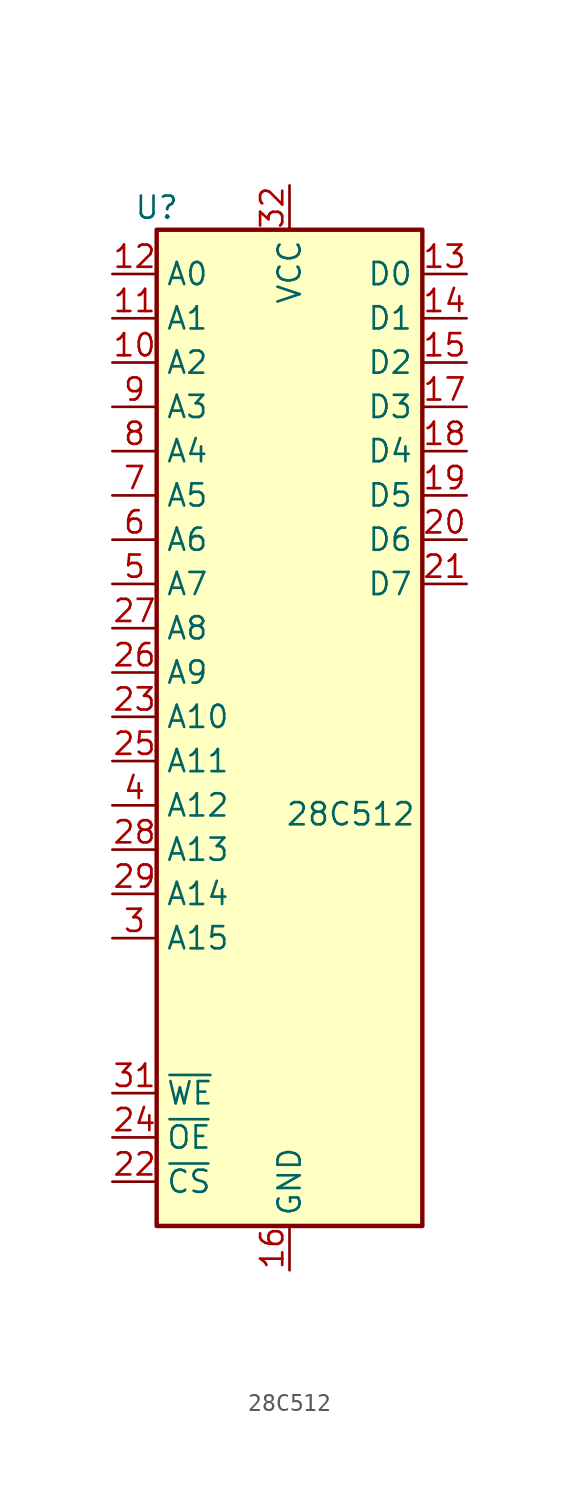
<source format=kicad_sym>
(kicad_symbol_lib
  (version 20241209)
  (generator "kicad_symbol_editor")
  (generator_version "9.0")
  (symbol "28C512"
    (property "Reference" "U"
      (at -7.62 26.67 0)
      (effects (font (size 1.27 1.27))))
    (property "Value" "28C512"
      (at -0.254 -8.128 0)
      (effects (font (size 1.27 1.27)) (justify left)))
    (symbol "28C512_1_1"
      (rectangle (start -7.62 25.4) (end 7.62 -31.75) (stroke (width 0.254) (type default)) (fill (type background)))
      (pin input line (at -10.16 22.86 0) (length 2.54) (name "A0" (effects (font (size 1.27 1.27)))) (number "12" (effects (font (size 1.27 1.27)))))
      (pin input line (at -10.16 20.32 0) (length 2.54) (name "A1" (effects (font (size 1.27 1.27)))) (number "11" (effects (font (size 1.27 1.27)))))
      (pin input line (at -10.16 17.78 0) (length 2.54) (name "A2" (effects (font (size 1.27 1.27)))) (number "10" (effects (font (size 1.27 1.27)))))
      (pin input line (at -10.16 15.24 0) (length 2.54) (name "A3" (effects (font (size 1.27 1.27)))) (number "9" (effects (font (size 1.27 1.27)))))
      (pin input line (at -10.16 12.7 0) (length 2.54) (name "A4" (effects (font (size 1.27 1.27)))) (number "8" (effects (font (size 1.27 1.27)))))
      (pin input line (at -10.16 10.16 0) (length 2.54) (name "A5" (effects (font (size 1.27 1.27)))) (number "7" (effects (font (size 1.27 1.27)))))
      (pin input line (at -10.16 7.62 0) (length 2.54) (name "A6" (effects (font (size 1.27 1.27)))) (number "6" (effects (font (size 1.27 1.27)))))
      (pin input line (at -10.16 5.08 0) (length 2.54) (name "A7" (effects (font (size 1.27 1.27)))) (number "5" (effects (font (size 1.27 1.27)))))
      (pin input line (at -10.16 2.54 0) (length 2.54) (name "A8" (effects (font (size 1.27 1.27)))) (number "27" (effects (font (size 1.27 1.27)))))
      (pin input line (at -10.16 0 0) (length 2.54) (name "A9" (effects (font (size 1.27 1.27)))) (number "26" (effects (font (size 1.27 1.27)))))
      (pin input line (at -10.16 -2.54 0) (length 2.54) (name "A10" (effects (font (size 1.27 1.27)))) (number "23" (effects (font (size 1.27 1.27)))))
      (pin input line (at -10.16 -5.08 0) (length 2.54) (name "A11" (effects (font (size 1.27 1.27)))) (number "25" (effects (font (size 1.27 1.27)))))
      (pin input line (at -10.16 -7.62 0) (length 2.54) (name "A12" (effects (font (size 1.27 1.27)))) (number "4" (effects (font (size 1.27 1.27)))))
      (pin input line (at -10.16 -10.16 0) (length 2.54) (name "A13" (effects (font (size 1.27 1.27)))) (number "28" (effects (font (size 1.27 1.27)))))
      (pin input line (at -10.16 -12.7 0) (length 2.54) (name "A14" (effects (font (size 1.27 1.27)))) (number "29" (effects (font (size 1.27 1.27)))))
      (pin input line (at -10.16 -15.24 0) (length 2.54) (name "A15" (effects (font (size 1.27 1.27)))) (number "3" (effects (font (size 1.27 1.27)))))
      (pin input line (at -10.16 -24.13 0) (length 2.54) (name "~{WE}" (effects (font (size 1.27 1.27)))) (number "31" (effects (font (size 1.27 1.27)))))
      (pin input line (at -10.16 -26.67 0) (length 2.54) (name "~{OE}" (effects (font (size 1.27 1.27)))) (number "24" (effects (font (size 1.27 1.27)))))
      (pin input line (at -10.16 -29.21 0) (length 2.54) (name "~{CS}" (effects (font (size 1.27 1.27)))) (number "22" (effects (font (size 1.27 1.27)))))
      (pin power_in line (at 0 27.94 270) (length 2.54) (name "VCC" (effects (font (size 1.27 1.27)))) (number "32" (effects (font (size 1.27 1.27)))))
      (pin power_in line (at 0 -34.29 90) (length 2.54) (name "GND" (effects (font (size 1.27 1.27)))) (number "16" (effects (font (size 1.27 1.27)))))
      (pin tri_state line (at 10.16 22.86 180) (length 2.54) (name "D0" (effects (font (size 1.27 1.27)))) (number "13" (effects (font (size 1.27 1.27)))))
      (pin tri_state line (at 10.16 20.32 180) (length 2.54) (name "D1" (effects (font (size 1.27 1.27)))) (number "14" (effects (font (size 1.27 1.27)))))
      (pin tri_state line (at 10.16 17.78 180) (length 2.54) (name "D2" (effects (font (size 1.27 1.27)))) (number "15" (effects (font (size 1.27 1.27)))))
      (pin tri_state line (at 10.16 15.24 180) (length 2.54) (name "D3" (effects (font (size 1.27 1.27)))) (number "17" (effects (font (size 1.27 1.27)))))
      (pin tri_state line (at 10.16 12.7 180) (length 2.54) (name "D4" (effects (font (size 1.27 1.27)))) (number "18" (effects (font (size 1.27 1.27)))))
      (pin tri_state line (at 10.16 10.16 180) (length 2.54) (name "D5" (effects (font (size 1.27 1.27)))) (number "19" (effects (font (size 1.27 1.27)))))
      (pin tri_state line (at 10.16 7.62 180) (length 2.54) (name "D6" (effects (font (size 1.27 1.27)))) (number "20" (effects (font (size 1.27 1.27)))))
      (pin tri_state line (at 10.16 5.08 180) (length 2.54) (name "D7" (effects (font (size 1.27 1.27)))) (number "21" (effects (font (size 1.27 1.27))))))))
</source>
